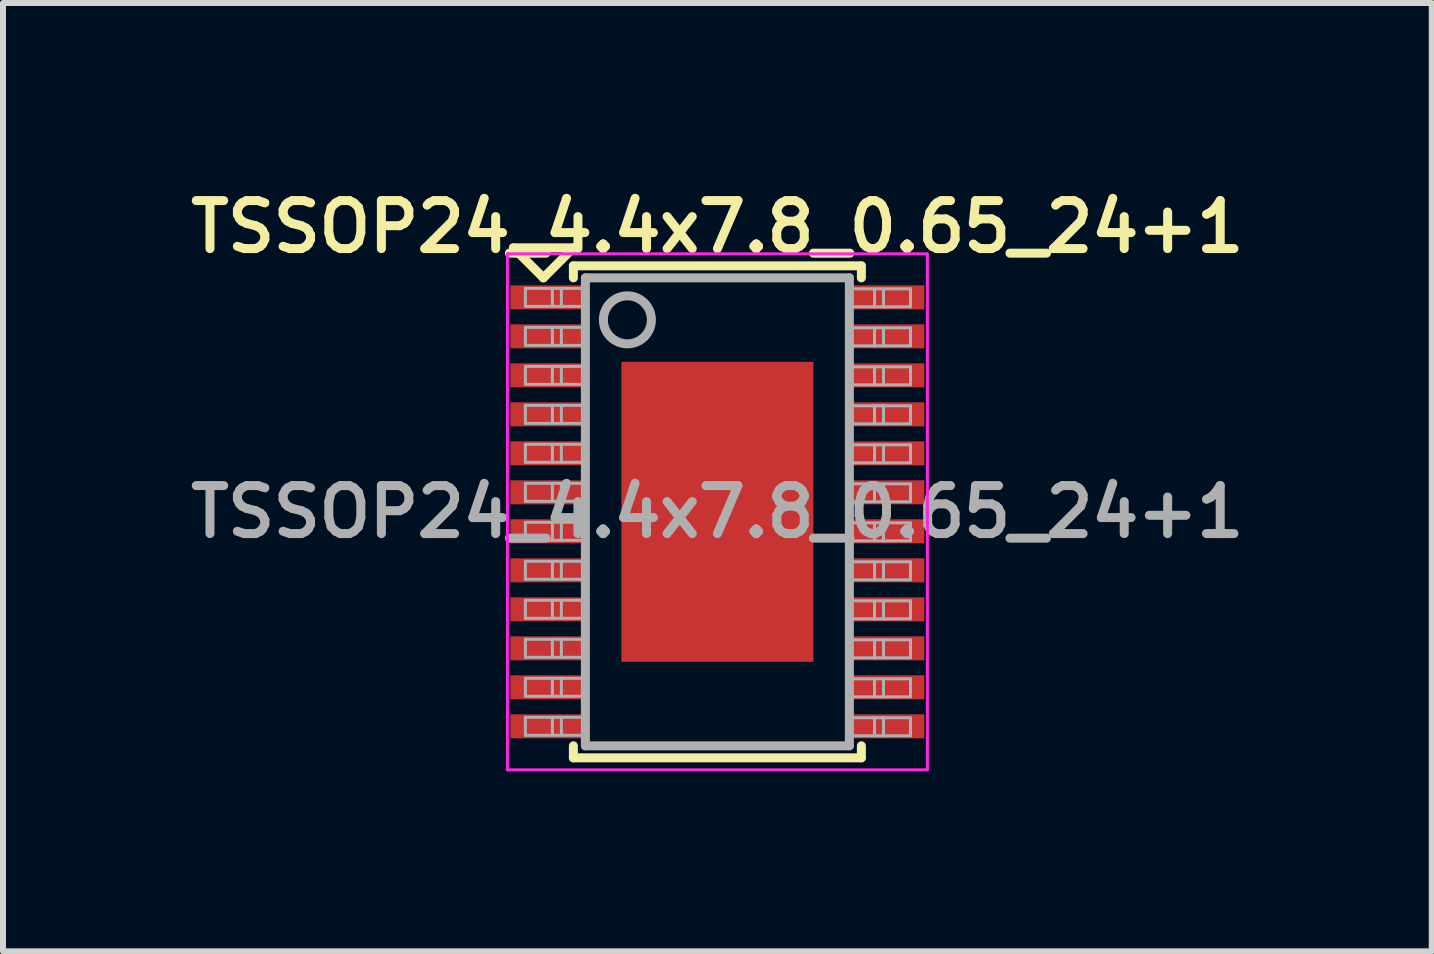
<source format=kicad_pcb>
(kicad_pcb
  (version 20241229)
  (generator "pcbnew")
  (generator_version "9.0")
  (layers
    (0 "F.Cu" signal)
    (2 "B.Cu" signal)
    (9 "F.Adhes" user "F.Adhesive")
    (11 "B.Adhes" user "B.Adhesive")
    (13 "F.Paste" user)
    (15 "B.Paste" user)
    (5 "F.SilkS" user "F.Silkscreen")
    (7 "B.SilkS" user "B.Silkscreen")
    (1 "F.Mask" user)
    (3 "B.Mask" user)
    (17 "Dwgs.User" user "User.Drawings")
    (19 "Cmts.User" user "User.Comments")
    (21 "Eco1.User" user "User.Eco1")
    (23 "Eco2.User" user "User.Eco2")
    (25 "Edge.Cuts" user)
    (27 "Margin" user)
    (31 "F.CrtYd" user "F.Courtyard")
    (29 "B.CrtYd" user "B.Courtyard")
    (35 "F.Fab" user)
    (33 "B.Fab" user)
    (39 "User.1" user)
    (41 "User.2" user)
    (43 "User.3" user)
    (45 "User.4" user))
  (footprint "TSSOP24_4.4x7.8_0.65_24+1"
    (layer "F.Cu")
    (at 8.907 5.481)
    (property "Reference" "TSSOP24_4.4x7.8_0.65_24+1" (at 0 -4.75 0) (layer "F.SilkS") (effects (font (size 0.8 0.8) (thickness 0.15))))
    (attr smd)
    (fp_line (start -3.4 -4.4) (end -2.4 -4.4) (stroke (width 0.15) (type solid)) (layer "F.SilkS"))
    (fp_line (start -2.9 -3.9) (end -3.4 -4.4) (stroke (width 0.15) (type solid)) (layer "F.SilkS"))
    (fp_line (start -2.4 -4.4) (end -2.9 -3.9) (stroke (width 0.15) (type solid)) (layer "F.SilkS"))
    (fp_line (start -2.4 -4.1) (end 2.4 -4.1) (stroke (width 0.15) (type solid)) (layer "F.SilkS"))
    (fp_line (start -2.4 -3.9) (end -2.4 -4.1) (stroke (width 0.15) (type solid)) (layer "F.SilkS"))
    (fp_line (start -2.4 3.9) (end -2.4 4.1) (stroke (width 0.15) (type solid)) (layer "F.SilkS"))
    (fp_line (start -2.4 4.1) (end 2.4 4.1) (stroke (width 0.15) (type solid)) (layer "F.SilkS"))
    (fp_line (start 2.4 -4.1) (end 2.4 -3.9) (stroke (width 0.15) (type solid)) (layer "F.SilkS"))
    (fp_line (start 2.4 4.1) (end 2.4 3.9) (stroke (width 0.15) (type solid)) (layer "F.SilkS"))
    (fp_line (start -3.5 -4.3) (end -3.5 4.3) (stroke (width 0.05) (type solid)) (layer "F.CrtYd"))
    (fp_line (start -3.5 4.3) (end 3.5 4.3) (stroke (width 0.05) (type solid)) (layer "F.CrtYd"))
    (fp_line (start 3.5 -4.3) (end -3.5 -4.3) (stroke (width 0.05) (type solid)) (layer "F.CrtYd"))
    (fp_line (start 3.5 4.3) (end 3.5 -4.3) (stroke (width 0.05) (type solid)) (layer "F.CrtYd"))
    (fp_line (start -3.2 -3.725) (end -3.2 -3.425) (stroke (width 0.05) (type solid)) (layer "F.Fab"))
    (fp_line (start -3.2 -3.425) (end -2.2 -3.425) (stroke (width 0.05) (type solid)) (layer "F.Fab"))
    (fp_line (start -3.2 -3.075) (end -3.2 -2.775) (stroke (width 0.05) (type solid)) (layer "F.Fab"))
    (fp_line (start -3.2 -2.775) (end -2.2 -2.775) (stroke (width 0.05) (type solid)) (layer "F.Fab"))
    (fp_line (start -3.2 -2.425) (end -3.2 -2.125) (stroke (width 0.05) (type solid)) (layer "F.Fab"))
    (fp_line (start -3.2 -2.125) (end -2.2 -2.125) (stroke (width 0.05) (type solid)) (layer "F.Fab"))
    (fp_line (start -3.2 -1.775) (end -3.2 -1.475) (stroke (width 0.05) (type solid)) (layer "F.Fab"))
    (fp_line (start -3.2 -1.475) (end -2.2 -1.475) (stroke (width 0.05) (type solid)) (layer "F.Fab"))
    (fp_line (start -3.2 -1.125) (end -3.2 -0.825) (stroke (width 0.05) (type solid)) (layer "F.Fab"))
    (fp_line (start -3.2 -0.825) (end -2.2 -0.825) (stroke (width 0.05) (type solid)) (layer "F.Fab"))
    (fp_line (start -3.2 -0.475) (end -3.2 -0.175) (stroke (width 0.05) (type solid)) (layer "F.Fab"))
    (fp_line (start -3.2 -0.175) (end -2.2 -0.175) (stroke (width 0.05) (type solid)) (layer "F.Fab"))
    (fp_line (start -3.2 0.175) (end -3.2 0.475) (stroke (width 0.05) (type solid)) (layer "F.Fab"))
    (fp_line (start -3.2 0.475) (end -2.2 0.475) (stroke (width 0.05) (type solid)) (layer "F.Fab"))
    (fp_line (start -3.2 0.825) (end -3.2 1.125) (stroke (width 0.05) (type solid)) (layer "F.Fab"))
    (fp_line (start -3.2 1.125) (end -2.2 1.125) (stroke (width 0.05) (type solid)) (layer "F.Fab"))
    (fp_line (start -3.2 1.475) (end -3.2 1.775) (stroke (width 0.05) (type solid)) (layer "F.Fab"))
    (fp_line (start -3.2 1.775) (end -2.2 1.775) (stroke (width 0.05) (type solid)) (layer "F.Fab"))
    (fp_line (start -3.2 2.125) (end -3.2 2.425) (stroke (width 0.05) (type solid)) (layer "F.Fab"))
    (fp_line (start -3.2 2.425) (end -2.2 2.425) (stroke (width 0.05) (type solid)) (layer "F.Fab"))
    (fp_line (start -3.2 2.775) (end -3.2 3.075) (stroke (width 0.05) (type solid)) (layer "F.Fab"))
    (fp_line (start -3.2 3.075) (end -2.2 3.075) (stroke (width 0.05) (type solid)) (layer "F.Fab"))
    (fp_line (start -3.2 3.425) (end -3.2 3.725) (stroke (width 0.05) (type solid)) (layer "F.Fab"))
    (fp_line (start -3.2 3.725) (end -2.2 3.725) (stroke (width 0.05) (type solid)) (layer "F.Fab"))
    (fp_line (start -2.75 -3.725) (end -2.75 -3.425) (stroke (width 0.05) (type solid)) (layer "F.Fab"))
    (fp_line (start -2.75 -3.075) (end -2.75 -2.775) (stroke (width 0.05) (type solid)) (layer "F.Fab"))
    (fp_line (start -2.75 -2.425) (end -2.75 -2.125) (stroke (width 0.05) (type solid)) (layer "F.Fab"))
    (fp_line (start -2.75 -1.775) (end -2.75 -1.475) (stroke (width 0.05) (type solid)) (layer "F.Fab"))
    (fp_line (start -2.75 -1.125) (end -2.75 -0.825) (stroke (width 0.05) (type solid)) (layer "F.Fab"))
    (fp_line (start -2.75 -0.475) (end -2.75 -0.175) (stroke (width 0.05) (type solid)) (layer "F.Fab"))
    (fp_line (start -2.75 0.175) (end -2.75 0.475) (stroke (width 0.05) (type solid)) (layer "F.Fab"))
    (fp_line (start -2.75 0.825) (end -2.75 1.125) (stroke (width 0.05) (type solid)) (layer "F.Fab"))
    (fp_line (start -2.75 1.475) (end -2.75 1.775) (stroke (width 0.05) (type solid)) (layer "F.Fab"))
    (fp_line (start -2.75 2.125) (end -2.75 2.425) (stroke (width 0.05) (type solid)) (layer "F.Fab"))
    (fp_line (start -2.75 2.775) (end -2.75 3.075) (stroke (width 0.05) (type solid)) (layer "F.Fab"))
    (fp_line (start -2.75 3.425) (end -2.75 3.725) (stroke (width 0.05) (type solid)) (layer "F.Fab"))
    (fp_line (start -2.6 -3.725) (end -2.6 -3.425) (stroke (width 0.05) (type solid)) (layer "F.Fab"))
    (fp_line (start -2.6 -3.075) (end -2.6 -2.775) (stroke (width 0.05) (type solid)) (layer "F.Fab"))
    (fp_line (start -2.6 -2.425) (end -2.6 -2.125) (stroke (width 0.05) (type solid)) (layer "F.Fab"))
    (fp_line (start -2.6 -1.775) (end -2.6 -1.475) (stroke (width 0.05) (type solid)) (layer "F.Fab"))
    (fp_line (start -2.6 -1.125) (end -2.6 -0.825) (stroke (width 0.05) (type solid)) (layer "F.Fab"))
    (fp_line (start -2.6 -0.475) (end -2.6 -0.175) (stroke (width 0.05) (type solid)) (layer "F.Fab"))
    (fp_line (start -2.6 0.175) (end -2.6 0.475) (stroke (width 0.05) (type solid)) (layer "F.Fab"))
    (fp_line (start -2.6 0.825) (end -2.6 1.125) (stroke (width 0.05) (type solid)) (layer "F.Fab"))
    (fp_line (start -2.6 1.475) (end -2.6 1.775) (stroke (width 0.05) (type solid)) (layer "F.Fab"))
    (fp_line (start -2.6 2.125) (end -2.6 2.425) (stroke (width 0.05) (type solid)) (layer "F.Fab"))
    (fp_line (start -2.6 2.775) (end -2.6 3.075) (stroke (width 0.05) (type solid)) (layer "F.Fab"))
    (fp_line (start -2.6 3.425) (end -2.6 3.725) (stroke (width 0.05) (type solid)) (layer "F.Fab"))
    (fp_line (start -2.2 -3.9) (end 2.2 -3.9) (stroke (width 0.15) (type solid)) (layer "F.Fab"))
    (fp_line (start -2.2 -3.725) (end -3.2 -3.725) (stroke (width 0.05) (type solid)) (layer "F.Fab"))
    (fp_line (start -2.2 -3.075) (end -3.2 -3.075) (stroke (width 0.05) (type solid)) (layer "F.Fab"))
    (fp_line (start -2.2 -2.425) (end -3.2 -2.425) (stroke (width 0.05) (type solid)) (layer "F.Fab"))
    (fp_line (start -2.2 -1.775) (end -3.2 -1.775) (stroke (width 0.05) (type solid)) (layer "F.Fab"))
    (fp_line (start -2.2 -1.125) (end -3.2 -1.125) (stroke (width 0.05) (type solid)) (layer "F.Fab"))
    (fp_line (start -2.2 -0.475) (end -3.2 -0.475) (stroke (width 0.05) (type solid)) (layer "F.Fab"))
    (fp_line (start -2.2 0.175) (end -3.2 0.175) (stroke (width 0.05) (type solid)) (layer "F.Fab"))
    (fp_line (start -2.2 0.825) (end -3.2 0.825) (stroke (width 0.05) (type solid)) (layer "F.Fab"))
    (fp_line (start -2.2 1.475) (end -3.2 1.475) (stroke (width 0.05) (type solid)) (layer "F.Fab"))
    (fp_line (start -2.2 2.125) (end -3.2 2.125) (stroke (width 0.05) (type solid)) (layer "F.Fab"))
    (fp_line (start -2.2 2.775) (end -3.2 2.775) (stroke (width 0.05) (type solid)) (layer "F.Fab"))
    (fp_line (start -2.2 3.425) (end -3.2 3.425) (stroke (width 0.05) (type solid)) (layer "F.Fab"))
    (fp_line (start -2.2 3.9) (end -2.2 -3.9) (stroke (width 0.15) (type solid)) (layer "F.Fab"))
    (fp_line (start 2.2 -3.9) (end 2.2 3.9) (stroke (width 0.15) (type solid)) (layer "F.Fab"))
    (fp_line (start 2.2 3.9) (end -2.2 3.9) (stroke (width 0.15) (type solid)) (layer "F.Fab"))
    (fp_line (start 2.219 -3.417) (end 3.219 -3.417) (stroke (width 0.05) (type solid)) (layer "F.Fab"))
    (fp_line (start 2.219 -2.767) (end 3.219 -2.767) (stroke (width 0.05) (type solid)) (layer "F.Fab"))
    (fp_line (start 2.219 -2.117) (end 3.219 -2.117) (stroke (width 0.05) (type solid)) (layer "F.Fab"))
    (fp_line (start 2.219 -1.467) (end 3.219 -1.467) (stroke (width 0.05) (type solid)) (layer "F.Fab"))
    (fp_line (start 2.219 -0.817) (end 3.219 -0.817) (stroke (width 0.05) (type solid)) (layer "F.Fab"))
    (fp_line (start 2.219 -0.167) (end 3.219 -0.167) (stroke (width 0.05) (type solid)) (layer "F.Fab"))
    (fp_line (start 2.219 0.483) (end 3.219 0.483) (stroke (width 0.05) (type solid)) (layer "F.Fab"))
    (fp_line (start 2.219 1.133) (end 3.219 1.133) (stroke (width 0.05) (type solid)) (layer "F.Fab"))
    (fp_line (start 2.219 1.783) (end 3.219 1.783) (stroke (width 0.05) (type solid)) (layer "F.Fab"))
    (fp_line (start 2.219 2.433) (end 3.219 2.433) (stroke (width 0.05) (type solid)) (layer "F.Fab"))
    (fp_line (start 2.219 3.083) (end 3.219 3.083) (stroke (width 0.05) (type solid)) (layer "F.Fab"))
    (fp_line (start 2.219 3.733) (end 3.219 3.733) (stroke (width 0.05) (type solid)) (layer "F.Fab"))
    (fp_line (start 2.619 -3.417) (end 2.619 -3.717) (stroke (width 0.05) (type solid)) (layer "F.Fab"))
    (fp_line (start 2.619 -2.767) (end 2.619 -3.067) (stroke (width 0.05) (type solid)) (layer "F.Fab"))
    (fp_line (start 2.619 -2.117) (end 2.619 -2.417) (stroke (width 0.05) (type solid)) (layer "F.Fab"))
    (fp_line (start 2.619 -1.467) (end 2.619 -1.767) (stroke (width 0.05) (type solid)) (layer "F.Fab"))
    (fp_line (start 2.619 -0.817) (end 2.619 -1.117) (stroke (width 0.05) (type solid)) (layer "F.Fab"))
    (fp_line (start 2.619 -0.167) (end 2.619 -0.467) (stroke (width 0.05) (type solid)) (layer "F.Fab"))
    (fp_line (start 2.619 0.483) (end 2.619 0.183) (stroke (width 0.05) (type solid)) (layer "F.Fab"))
    (fp_line (start 2.619 1.133) (end 2.619 0.833) (stroke (width 0.05) (type solid)) (layer "F.Fab"))
    (fp_line (start 2.619 1.783) (end 2.619 1.483) (stroke (width 0.05) (type solid)) (layer "F.Fab"))
    (fp_line (start 2.619 2.433) (end 2.619 2.133) (stroke (width 0.05) (type solid)) (layer "F.Fab"))
    (fp_line (start 2.619 3.083) (end 2.619 2.783) (stroke (width 0.05) (type solid)) (layer "F.Fab"))
    (fp_line (start 2.619 3.733) (end 2.619 3.433) (stroke (width 0.05) (type solid)) (layer "F.Fab"))
    (fp_line (start 2.769 -3.417) (end 2.769 -3.717) (stroke (width 0.05) (type solid)) (layer "F.Fab"))
    (fp_line (start 2.769 -2.767) (end 2.769 -3.067) (stroke (width 0.05) (type solid)) (layer "F.Fab"))
    (fp_line (start 2.769 -2.117) (end 2.769 -2.417) (stroke (width 0.05) (type solid)) (layer "F.Fab"))
    (fp_line (start 2.769 -1.467) (end 2.769 -1.767) (stroke (width 0.05) (type solid)) (layer "F.Fab"))
    (fp_line (start 2.769 -0.817) (end 2.769 -1.117) (stroke (width 0.05) (type solid)) (layer "F.Fab"))
    (fp_line (start 2.769 -0.167) (end 2.769 -0.467) (stroke (width 0.05) (type solid)) (layer "F.Fab"))
    (fp_line (start 2.769 0.483) (end 2.769 0.183) (stroke (width 0.05) (type solid)) (layer "F.Fab"))
    (fp_line (start 2.769 1.133) (end 2.769 0.833) (stroke (width 0.05) (type solid)) (layer "F.Fab"))
    (fp_line (start 2.769 1.783) (end 2.769 1.483) (stroke (width 0.05) (type solid)) (layer "F.Fab"))
    (fp_line (start 2.769 2.433) (end 2.769 2.133) (stroke (width 0.05) (type solid)) (layer "F.Fab"))
    (fp_line (start 2.769 3.083) (end 2.769 2.783) (stroke (width 0.05) (type solid)) (layer "F.Fab"))
    (fp_line (start 2.769 3.733) (end 2.769 3.433) (stroke (width 0.05) (type solid)) (layer "F.Fab"))
    (fp_line (start 3.219 -3.717) (end 2.219 -3.717) (stroke (width 0.05) (type solid)) (layer "F.Fab"))
    (fp_line (start 3.219 -3.417) (end 3.219 -3.717) (stroke (width 0.05) (type solid)) (layer "F.Fab"))
    (fp_line (start 3.219 -3.067) (end 2.219 -3.067) (stroke (width 0.05) (type solid)) (layer "F.Fab"))
    (fp_line (start 3.219 -2.767) (end 3.219 -3.067) (stroke (width 0.05) (type solid)) (layer "F.Fab"))
    (fp_line (start 3.219 -2.417) (end 2.219 -2.417) (stroke (width 0.05) (type solid)) (layer "F.Fab"))
    (fp_line (start 3.219 -2.117) (end 3.219 -2.417) (stroke (width 0.05) (type solid)) (layer "F.Fab"))
    (fp_line (start 3.219 -1.767) (end 2.219 -1.767) (stroke (width 0.05) (type solid)) (layer "F.Fab"))
    (fp_line (start 3.219 -1.467) (end 3.219 -1.767) (stroke (width 0.05) (type solid)) (layer "F.Fab"))
    (fp_line (start 3.219 -1.117) (end 2.219 -1.117) (stroke (width 0.05) (type solid)) (layer "F.Fab"))
    (fp_line (start 3.219 -0.817) (end 3.219 -1.117) (stroke (width 0.05) (type solid)) (layer "F.Fab"))
    (fp_line (start 3.219 -0.467) (end 2.219 -0.467) (stroke (width 0.05) (type solid)) (layer "F.Fab"))
    (fp_line (start 3.219 -0.167) (end 3.219 -0.467) (stroke (width 0.05) (type solid)) (layer "F.Fab"))
    (fp_line (start 3.219 0.183) (end 2.219 0.183) (stroke (width 0.05) (type solid)) (layer "F.Fab"))
    (fp_line (start 3.219 0.483) (end 3.219 0.183) (stroke (width 0.05) (type solid)) (layer "F.Fab"))
    (fp_line (start 3.219 0.833) (end 2.219 0.833) (stroke (width 0.05) (type solid)) (layer "F.Fab"))
    (fp_line (start 3.219 1.133) (end 3.219 0.833) (stroke (width 0.05) (type solid)) (layer "F.Fab"))
    (fp_line (start 3.219 1.483) (end 2.219 1.483) (stroke (width 0.05) (type solid)) (layer "F.Fab"))
    (fp_line (start 3.219 1.783) (end 3.219 1.483) (stroke (width 0.05) (type solid)) (layer "F.Fab"))
    (fp_line (start 3.219 2.133) (end 2.219 2.133) (stroke (width 0.05) (type solid)) (layer "F.Fab"))
    (fp_line (start 3.219 2.433) (end 3.219 2.133) (stroke (width 0.05) (type solid)) (layer "F.Fab"))
    (fp_line (start 3.219 2.783) (end 2.219 2.783) (stroke (width 0.05) (type solid)) (layer "F.Fab"))
    (fp_line (start 3.219 3.083) (end 3.219 2.783) (stroke (width 0.05) (type solid)) (layer "F.Fab"))
    (fp_line (start 3.219 3.433) (end 2.219 3.433) (stroke (width 0.05) (type solid)) (layer "F.Fab"))
    (fp_line (start 3.219 3.733) (end 3.219 3.433) (stroke (width 0.05) (type solid)) (layer "F.Fab"))
    (fp_circle (center -1.5 -3.2) (end -1.1 -3.2) (stroke (width 0.15) (type solid)) (fill no) (layer "F.Fab"))
    (fp_text user "${REFERENCE}" (at 0 0 0) (layer "F.Fab") (effects (font (size 0.8 0.8) (thickness 0.15))))
    (pad "1" smd rect (at -2.85 -3.575) (size 1.2 0.4) (layers "F.Cu" "F.Mask" "F.Paste"))
    (pad "2" smd rect (at -2.85 -2.925) (size 1.2 0.4) (layers "F.Cu" "F.Mask" "F.Paste"))
    (pad "3" smd rect (at -2.85 -2.275) (size 1.2 0.4) (layers "F.Cu" "F.Mask" "F.Paste"))
    (pad "4" smd rect (at -2.85 -1.625) (size 1.2 0.4) (layers "F.Cu" "F.Mask" "F.Paste"))
    (pad "5" smd rect (at -2.85 -0.975) (size 1.2 0.4) (layers "F.Cu" "F.Mask" "F.Paste"))
    (pad "6" smd rect (at -2.85 -0.325) (size 1.2 0.4) (layers "F.Cu" "F.Mask" "F.Paste"))
    (pad "7" smd rect (at -2.85 0.325) (size 1.2 0.4) (layers "F.Cu" "F.Mask" "F.Paste"))
    (pad "8" smd rect (at -2.85 0.975) (size 1.2 0.4) (layers "F.Cu" "F.Mask" "F.Paste"))
    (pad "9" smd rect (at -2.85 1.625) (size 1.2 0.4) (layers "F.Cu" "F.Mask" "F.Paste"))
    (pad "10" smd rect (at -2.85 2.275) (size 1.2 0.4) (layers "F.Cu" "F.Mask" "F.Paste"))
    (pad "11" smd rect (at -2.85 2.925) (size 1.2 0.4) (layers "F.Cu" "F.Mask" "F.Paste"))
    (pad "12" smd rect (at -2.85 3.575) (size 1.2 0.4) (layers "F.Cu" "F.Mask" "F.Paste"))
    (pad "13" smd rect (at 2.85 3.575) (size 1.2 0.4) (layers "F.Cu" "F.Mask" "F.Paste"))
    (pad "14" smd rect (at 2.85 2.925) (size 1.2 0.4) (layers "F.Cu" "F.Mask" "F.Paste"))
    (pad "15" smd rect (at 2.85 2.275) (size 1.2 0.4) (layers "F.Cu" "F.Mask" "F.Paste"))
    (pad "16" smd rect (at 2.85 1.625) (size 1.2 0.4) (layers "F.Cu" "F.Mask" "F.Paste"))
    (pad "17" smd rect (at 2.85 0.975) (size 1.2 0.4) (layers "F.Cu" "F.Mask" "F.Paste"))
    (pad "18" smd rect (at 2.85 0.325) (size 1.2 0.4) (layers "F.Cu" "F.Mask" "F.Paste"))
    (pad "19" smd rect (at 2.85 -0.325) (size 1.2 0.4) (layers "F.Cu" "F.Mask" "F.Paste"))
    (pad "20" smd rect (at 2.85 -0.975) (size 1.2 0.4) (layers "F.Cu" "F.Mask" "F.Paste"))
    (pad "21" smd rect (at 2.85 -1.625) (size 1.2 0.4) (layers "F.Cu" "F.Mask" "F.Paste"))
    (pad "22" smd rect (at 2.85 -2.275) (size 1.2 0.4) (layers "F.Cu" "F.Mask" "F.Paste"))
    (pad "23" smd rect (at 2.85 -2.925) (size 1.2 0.4) (layers "F.Cu" "F.Mask" "F.Paste"))
    (pad "24" smd rect (at 2.85 -3.575) (size 1.2 0.4) (layers "F.Cu" "F.Mask" "F.Paste"))
    (pad "25" smd rect (at 0 0) (size 3.2 5) (layers "F.Cu" "F.Mask" "F.Paste")))
  (gr_rect
    (start -3 -3)
    (end 20.814 12.806)
    (stroke (width 0.1) (type default))
    (fill no)
    (layer "Edge.Cuts")))
</source>
